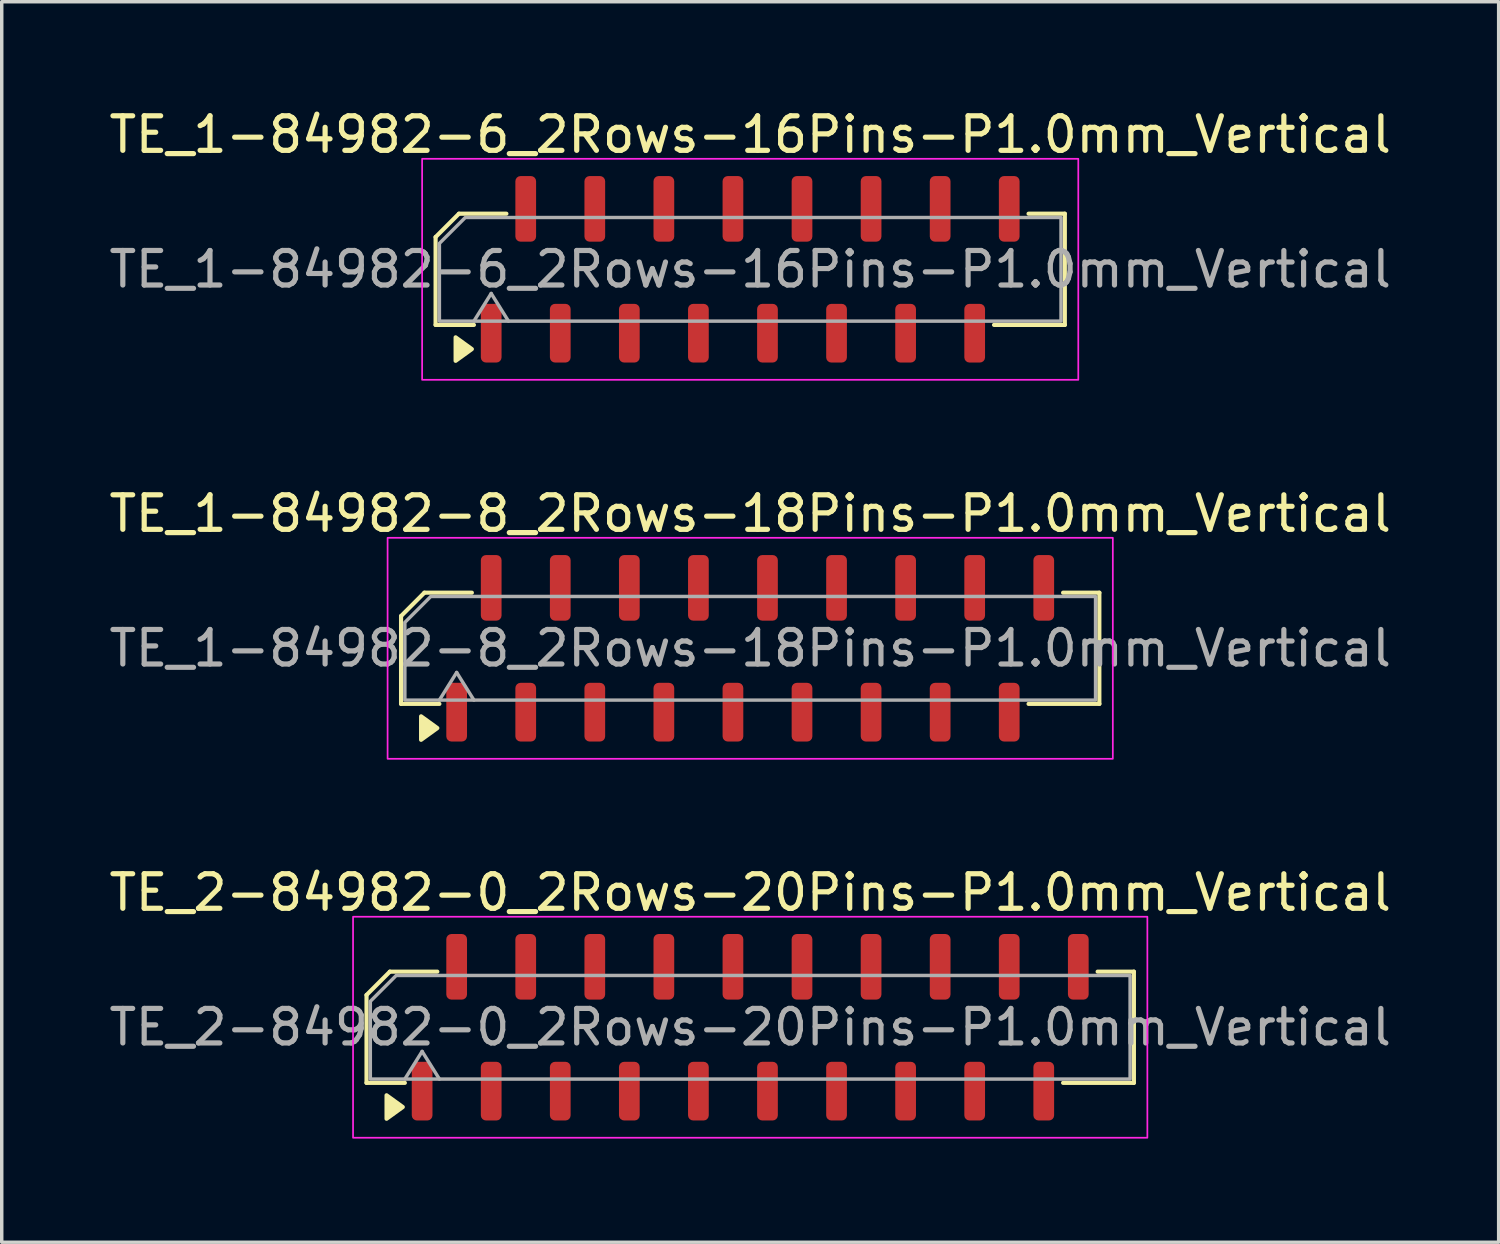
<source format=kicad_pcb>
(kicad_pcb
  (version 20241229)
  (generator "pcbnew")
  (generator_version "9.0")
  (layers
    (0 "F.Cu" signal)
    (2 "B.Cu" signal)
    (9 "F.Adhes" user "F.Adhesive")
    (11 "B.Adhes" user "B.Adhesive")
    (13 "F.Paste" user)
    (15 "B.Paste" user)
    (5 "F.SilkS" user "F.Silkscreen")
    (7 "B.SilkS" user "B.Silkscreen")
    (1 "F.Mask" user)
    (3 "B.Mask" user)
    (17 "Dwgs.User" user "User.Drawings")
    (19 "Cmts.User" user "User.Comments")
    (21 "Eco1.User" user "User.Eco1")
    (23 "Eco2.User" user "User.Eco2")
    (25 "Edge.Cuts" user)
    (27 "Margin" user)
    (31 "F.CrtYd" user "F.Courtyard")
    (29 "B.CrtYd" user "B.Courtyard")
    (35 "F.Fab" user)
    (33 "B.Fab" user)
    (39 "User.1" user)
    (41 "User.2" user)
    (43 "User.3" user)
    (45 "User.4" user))
  (footprint "TE_1-84982-6_2Rows-16Pins-P1.0mm_Vertical"
    (layer "F.Cu")
    (at 18.673 4.748)
    (property "Reference" "TE_1-84982-6_2Rows-16Pins-P1.0mm_Vertical" (at 0 -3.9 0) (layer "F.SilkS") (effects (font (size 1 1) (thickness 0.15))))
    (attr smd)
    (fp_line (start -9.11 -0.934) (end -9.11 1.61) (stroke (width 0.12) (type solid)) (layer "F.SilkS"))
    (fp_line (start -9.11 1.61) (end -8 1.61) (stroke (width 0.12) (type solid)) (layer "F.SilkS"))
    (fp_line (start -8.434 -1.61) (end -9.11 -0.934) (stroke (width 0.12) (type solid)) (layer "F.SilkS"))
    (fp_line (start -7.06 -1.61) (end -8.434 -1.61) (stroke (width 0.12) (type solid)) (layer "F.SilkS"))
    (fp_line (start 7.06 1.61) (end 9.11 1.61) (stroke (width 0.12) (type solid)) (layer "F.SilkS"))
    (fp_line (start 9.11 -1.61) (end 8.06 -1.61) (stroke (width 0.12) (type solid)) (layer "F.SilkS"))
    (fp_line (start 9.11 1.61) (end 9.11 -1.61) (stroke (width 0.12) (type solid)) (layer "F.SilkS"))
    (fp_poly (pts (xy -8.06 2.31) (xy -8.53 2.65) (xy -8.53 1.97)) (stroke (width 0.12) (type solid)) (fill yes) (layer "F.SilkS"))
    (fp_rect (start -9.5 3.2) (end 9.5 -3.2) (stroke (width 0.05) (type solid)) (fill no) (layer "F.CrtYd"))
    (fp_line (start -8 1.5) (end -7.5 0.7) (stroke (width 0.1) (type solid)) (layer "F.Fab"))
    (fp_line (start -7.5 0.7) (end -7 1.5) (stroke (width 0.1) (type solid)) (layer "F.Fab"))
    (fp_poly (pts (xy -9 -0.75) (xy -9 1.5) (xy 9 1.5) (xy 9 -1.5) (xy -8.25 -1.5)) (stroke (width 0.1) (type solid)) (fill no) (layer "F.Fab"))
    (fp_text user "${REFERENCE}" (at 0 0 0) (layer "F.Fab") (effects (font (size 1 1) (thickness 0.15))))
    (pad "1" smd roundrect (at -7.5 1.85) (size 0.6 1.7) (layers "F.Cu" "F.Mask" "F.Paste") (roundrect_rratio 0.25))
    (pad "2" smd roundrect (at -6.5 -1.75) (size 0.6 1.9) (layers "F.Cu" "F.Mask" "F.Paste") (roundrect_rratio 0.25))
    (pad "3" smd roundrect (at -5.5 1.85) (size 0.6 1.7) (layers "F.Cu" "F.Mask" "F.Paste") (roundrect_rratio 0.25))
    (pad "4" smd roundrect (at -4.5 -1.75) (size 0.6 1.9) (layers "F.Cu" "F.Mask" "F.Paste") (roundrect_rratio 0.25))
    (pad "5" smd roundrect (at -3.5 1.85) (size 0.6 1.7) (layers "F.Cu" "F.Mask" "F.Paste") (roundrect_rratio 0.25))
    (pad "6" smd roundrect (at -2.5 -1.75) (size 0.6 1.9) (layers "F.Cu" "F.Mask" "F.Paste") (roundrect_rratio 0.25))
    (pad "7" smd roundrect (at -1.5 1.85) (size 0.6 1.7) (layers "F.Cu" "F.Mask" "F.Paste") (roundrect_rratio 0.25))
    (pad "8" smd roundrect (at -0.5 -1.75) (size 0.6 1.9) (layers "F.Cu" "F.Mask" "F.Paste") (roundrect_rratio 0.25))
    (pad "9" smd roundrect (at 0.5 1.85) (size 0.6 1.7) (layers "F.Cu" "F.Mask" "F.Paste") (roundrect_rratio 0.25))
    (pad "10" smd roundrect (at 1.5 -1.75) (size 0.6 1.9) (layers "F.Cu" "F.Mask" "F.Paste") (roundrect_rratio 0.25))
    (pad "11" smd roundrect (at 2.5 1.85) (size 0.6 1.7) (layers "F.Cu" "F.Mask" "F.Paste") (roundrect_rratio 0.25))
    (pad "12" smd roundrect (at 3.5 -1.75) (size 0.6 1.9) (layers "F.Cu" "F.Mask" "F.Paste") (roundrect_rratio 0.25))
    (pad "13" smd roundrect (at 4.5 1.85) (size 0.6 1.7) (layers "F.Cu" "F.Mask" "F.Paste") (roundrect_rratio 0.25))
    (pad "14" smd roundrect (at 5.5 -1.75) (size 0.6 1.9) (layers "F.Cu" "F.Mask" "F.Paste") (roundrect_rratio 0.25))
    (pad "15" smd roundrect (at 6.5 1.85) (size 0.6 1.7) (layers "F.Cu" "F.Mask" "F.Paste") (roundrect_rratio 0.25))
    (pad "16" smd roundrect (at 7.5 -1.75) (size 0.6 1.9) (layers "F.Cu" "F.Mask" "F.Paste") (roundrect_rratio 0.25)))
  (footprint "TE_1-84982-8_2Rows-18Pins-P1.0mm_Vertical"
    (layer "F.Cu")
    (at 18.673 15.722)
    (property "Reference" "TE_1-84982-8_2Rows-18Pins-P1.0mm_Vertical" (at 0 -3.9 0) (layer "F.SilkS") (effects (font (size 1 1) (thickness 0.15))))
    (attr smd)
    (fp_line (start -10.11 -0.934) (end -10.11 1.61) (stroke (width 0.12) (type solid)) (layer "F.SilkS"))
    (fp_line (start -10.11 1.61) (end -9 1.61) (stroke (width 0.12) (type solid)) (layer "F.SilkS"))
    (fp_line (start -9.434 -1.61) (end -10.11 -0.934) (stroke (width 0.12) (type solid)) (layer "F.SilkS"))
    (fp_line (start -8.06 -1.61) (end -9.434 -1.61) (stroke (width 0.12) (type solid)) (layer "F.SilkS"))
    (fp_line (start 8.06 1.61) (end 10.11 1.61) (stroke (width 0.12) (type solid)) (layer "F.SilkS"))
    (fp_line (start 10.11 -1.61) (end 9.06 -1.61) (stroke (width 0.12) (type solid)) (layer "F.SilkS"))
    (fp_line (start 10.11 1.61) (end 10.11 -1.61) (stroke (width 0.12) (type solid)) (layer "F.SilkS"))
    (fp_poly (pts (xy -9.06 2.31) (xy -9.53 2.65) (xy -9.53 1.97)) (stroke (width 0.12) (type solid)) (fill yes) (layer "F.SilkS"))
    (fp_rect (start -10.5 3.2) (end 10.5 -3.2) (stroke (width 0.05) (type solid)) (fill no) (layer "F.CrtYd"))
    (fp_line (start -9 1.5) (end -8.5 0.7) (stroke (width 0.1) (type solid)) (layer "F.Fab"))
    (fp_line (start -8.5 0.7) (end -8 1.5) (stroke (width 0.1) (type solid)) (layer "F.Fab"))
    (fp_poly (pts (xy -10 -0.75) (xy -10 1.5) (xy 10 1.5) (xy 10 -1.5) (xy -9.25 -1.5)) (stroke (width 0.1) (type solid)) (fill no) (layer "F.Fab"))
    (fp_text user "${REFERENCE}" (at 0 0 0) (layer "F.Fab") (effects (font (size 1 1) (thickness 0.15))))
    (pad "1" smd roundrect (at -8.5 1.85) (size 0.6 1.7) (layers "F.Cu" "F.Mask" "F.Paste") (roundrect_rratio 0.25))
    (pad "2" smd roundrect (at -7.5 -1.75) (size 0.6 1.9) (layers "F.Cu" "F.Mask" "F.Paste") (roundrect_rratio 0.25))
    (pad "3" smd roundrect (at -6.5 1.85) (size 0.6 1.7) (layers "F.Cu" "F.Mask" "F.Paste") (roundrect_rratio 0.25))
    (pad "4" smd roundrect (at -5.5 -1.75) (size 0.6 1.9) (layers "F.Cu" "F.Mask" "F.Paste") (roundrect_rratio 0.25))
    (pad "5" smd roundrect (at -4.5 1.85) (size 0.6 1.7) (layers "F.Cu" "F.Mask" "F.Paste") (roundrect_rratio 0.25))
    (pad "6" smd roundrect (at -3.5 -1.75) (size 0.6 1.9) (layers "F.Cu" "F.Mask" "F.Paste") (roundrect_rratio 0.25))
    (pad "7" smd roundrect (at -2.5 1.85) (size 0.6 1.7) (layers "F.Cu" "F.Mask" "F.Paste") (roundrect_rratio 0.25))
    (pad "8" smd roundrect (at -1.5 -1.75) (size 0.6 1.9) (layers "F.Cu" "F.Mask" "F.Paste") (roundrect_rratio 0.25))
    (pad "9" smd roundrect (at -0.5 1.85) (size 0.6 1.7) (layers "F.Cu" "F.Mask" "F.Paste") (roundrect_rratio 0.25))
    (pad "10" smd roundrect (at 0.5 -1.75) (size 0.6 1.9) (layers "F.Cu" "F.Mask" "F.Paste") (roundrect_rratio 0.25))
    (pad "11" smd roundrect (at 1.5 1.85) (size 0.6 1.7) (layers "F.Cu" "F.Mask" "F.Paste") (roundrect_rratio 0.25))
    (pad "12" smd roundrect (at 2.5 -1.75) (size 0.6 1.9) (layers "F.Cu" "F.Mask" "F.Paste") (roundrect_rratio 0.25))
    (pad "13" smd roundrect (at 3.5 1.85) (size 0.6 1.7) (layers "F.Cu" "F.Mask" "F.Paste") (roundrect_rratio 0.25))
    (pad "14" smd roundrect (at 4.5 -1.75) (size 0.6 1.9) (layers "F.Cu" "F.Mask" "F.Paste") (roundrect_rratio 0.25))
    (pad "15" smd roundrect (at 5.5 1.85) (size 0.6 1.7) (layers "F.Cu" "F.Mask" "F.Paste") (roundrect_rratio 0.25))
    (pad "16" smd roundrect (at 6.5 -1.75) (size 0.6 1.9) (layers "F.Cu" "F.Mask" "F.Paste") (roundrect_rratio 0.25))
    (pad "17" smd roundrect (at 7.5 1.85) (size 0.6 1.7) (layers "F.Cu" "F.Mask" "F.Paste") (roundrect_rratio 0.25))
    (pad "18" smd roundrect (at 8.5 -1.75) (size 0.6 1.9) (layers "F.Cu" "F.Mask" "F.Paste") (roundrect_rratio 0.25)))
  (footprint "TE_2-84982-0_2Rows-20Pins-P1.0mm_Vertical"
    (layer "F.Cu")
    (at 18.673 26.695)
    (property "Reference" "TE_2-84982-0_2Rows-20Pins-P1.0mm_Vertical" (at 0 -3.9 0) (layer "F.SilkS") (effects (font (size 1 1) (thickness 0.15))))
    (attr smd)
    (fp_line (start -11.11 -0.934) (end -11.11 1.61) (stroke (width 0.12) (type solid)) (layer "F.SilkS"))
    (fp_line (start -11.11 1.61) (end -10 1.61) (stroke (width 0.12) (type solid)) (layer "F.SilkS"))
    (fp_line (start -10.434 -1.61) (end -11.11 -0.934) (stroke (width 0.12) (type solid)) (layer "F.SilkS"))
    (fp_line (start -9.06 -1.61) (end -10.434 -1.61) (stroke (width 0.12) (type solid)) (layer "F.SilkS"))
    (fp_line (start 9.06 1.61) (end 11.11 1.61) (stroke (width 0.12) (type solid)) (layer "F.SilkS"))
    (fp_line (start 11.11 -1.61) (end 10.06 -1.61) (stroke (width 0.12) (type solid)) (layer "F.SilkS"))
    (fp_line (start 11.11 1.61) (end 11.11 -1.61) (stroke (width 0.12) (type solid)) (layer "F.SilkS"))
    (fp_poly (pts (xy -10.06 2.31) (xy -10.53 2.65) (xy -10.53 1.97)) (stroke (width 0.12) (type solid)) (fill yes) (layer "F.SilkS"))
    (fp_rect (start -11.5 3.2) (end 11.5 -3.2) (stroke (width 0.05) (type solid)) (fill no) (layer "F.CrtYd"))
    (fp_line (start -10 1.5) (end -9.5 0.7) (stroke (width 0.1) (type solid)) (layer "F.Fab"))
    (fp_line (start -9.5 0.7) (end -9 1.5) (stroke (width 0.1) (type solid)) (layer "F.Fab"))
    (fp_poly (pts (xy -11 -0.75) (xy -11 1.5) (xy 11 1.5) (xy 11 -1.5) (xy -10.25 -1.5)) (stroke (width 0.1) (type solid)) (fill no) (layer "F.Fab"))
    (fp_text user "${REFERENCE}" (at 0 0 0) (layer "F.Fab") (effects (font (size 1 1) (thickness 0.15))))
    (pad "1" smd roundrect (at -9.5 1.85) (size 0.6 1.7) (layers "F.Cu" "F.Mask" "F.Paste") (roundrect_rratio 0.25))
    (pad "2" smd roundrect (at -8.5 -1.75) (size 0.6 1.9) (layers "F.Cu" "F.Mask" "F.Paste") (roundrect_rratio 0.25))
    (pad "3" smd roundrect (at -7.5 1.85) (size 0.6 1.7) (layers "F.Cu" "F.Mask" "F.Paste") (roundrect_rratio 0.25))
    (pad "4" smd roundrect (at -6.5 -1.75) (size 0.6 1.9) (layers "F.Cu" "F.Mask" "F.Paste") (roundrect_rratio 0.25))
    (pad "5" smd roundrect (at -5.5 1.85) (size 0.6 1.7) (layers "F.Cu" "F.Mask" "F.Paste") (roundrect_rratio 0.25))
    (pad "6" smd roundrect (at -4.5 -1.75) (size 0.6 1.9) (layers "F.Cu" "F.Mask" "F.Paste") (roundrect_rratio 0.25))
    (pad "7" smd roundrect (at -3.5 1.85) (size 0.6 1.7) (layers "F.Cu" "F.Mask" "F.Paste") (roundrect_rratio 0.25))
    (pad "8" smd roundrect (at -2.5 -1.75) (size 0.6 1.9) (layers "F.Cu" "F.Mask" "F.Paste") (roundrect_rratio 0.25))
    (pad "9" smd roundrect (at -1.5 1.85) (size 0.6 1.7) (layers "F.Cu" "F.Mask" "F.Paste") (roundrect_rratio 0.25))
    (pad "10" smd roundrect (at -0.5 -1.75) (size 0.6 1.9) (layers "F.Cu" "F.Mask" "F.Paste") (roundrect_rratio 0.25))
    (pad "11" smd roundrect (at 0.5 1.85) (size 0.6 1.7) (layers "F.Cu" "F.Mask" "F.Paste") (roundrect_rratio 0.25))
    (pad "12" smd roundrect (at 1.5 -1.75) (size 0.6 1.9) (layers "F.Cu" "F.Mask" "F.Paste") (roundrect_rratio 0.25))
    (pad "13" smd roundrect (at 2.5 1.85) (size 0.6 1.7) (layers "F.Cu" "F.Mask" "F.Paste") (roundrect_rratio 0.25))
    (pad "14" smd roundrect (at 3.5 -1.75) (size 0.6 1.9) (layers "F.Cu" "F.Mask" "F.Paste") (roundrect_rratio 0.25))
    (pad "15" smd roundrect (at 4.5 1.85) (size 0.6 1.7) (layers "F.Cu" "F.Mask" "F.Paste") (roundrect_rratio 0.25))
    (pad "16" smd roundrect (at 5.5 -1.75) (size 0.6 1.9) (layers "F.Cu" "F.Mask" "F.Paste") (roundrect_rratio 0.25))
    (pad "17" smd roundrect (at 6.5 1.85) (size 0.6 1.7) (layers "F.Cu" "F.Mask" "F.Paste") (roundrect_rratio 0.25))
    (pad "18" smd roundrect (at 7.5 -1.75) (size 0.6 1.9) (layers "F.Cu" "F.Mask" "F.Paste") (roundrect_rratio 0.25))
    (pad "19" smd roundrect (at 8.5 1.85) (size 0.6 1.7) (layers "F.Cu" "F.Mask" "F.Paste") (roundrect_rratio 0.25))
    (pad "20" smd roundrect (at 9.5 -1.75) (size 0.6 1.9) (layers "F.Cu" "F.Mask" "F.Paste") (roundrect_rratio 0.25)))
  (gr_rect
    (start -3 -3)
    (end 40.345 32.92)
    (stroke (width 0.1) (type default))
    (fill no)
    (layer "Edge.Cuts")))
</source>
